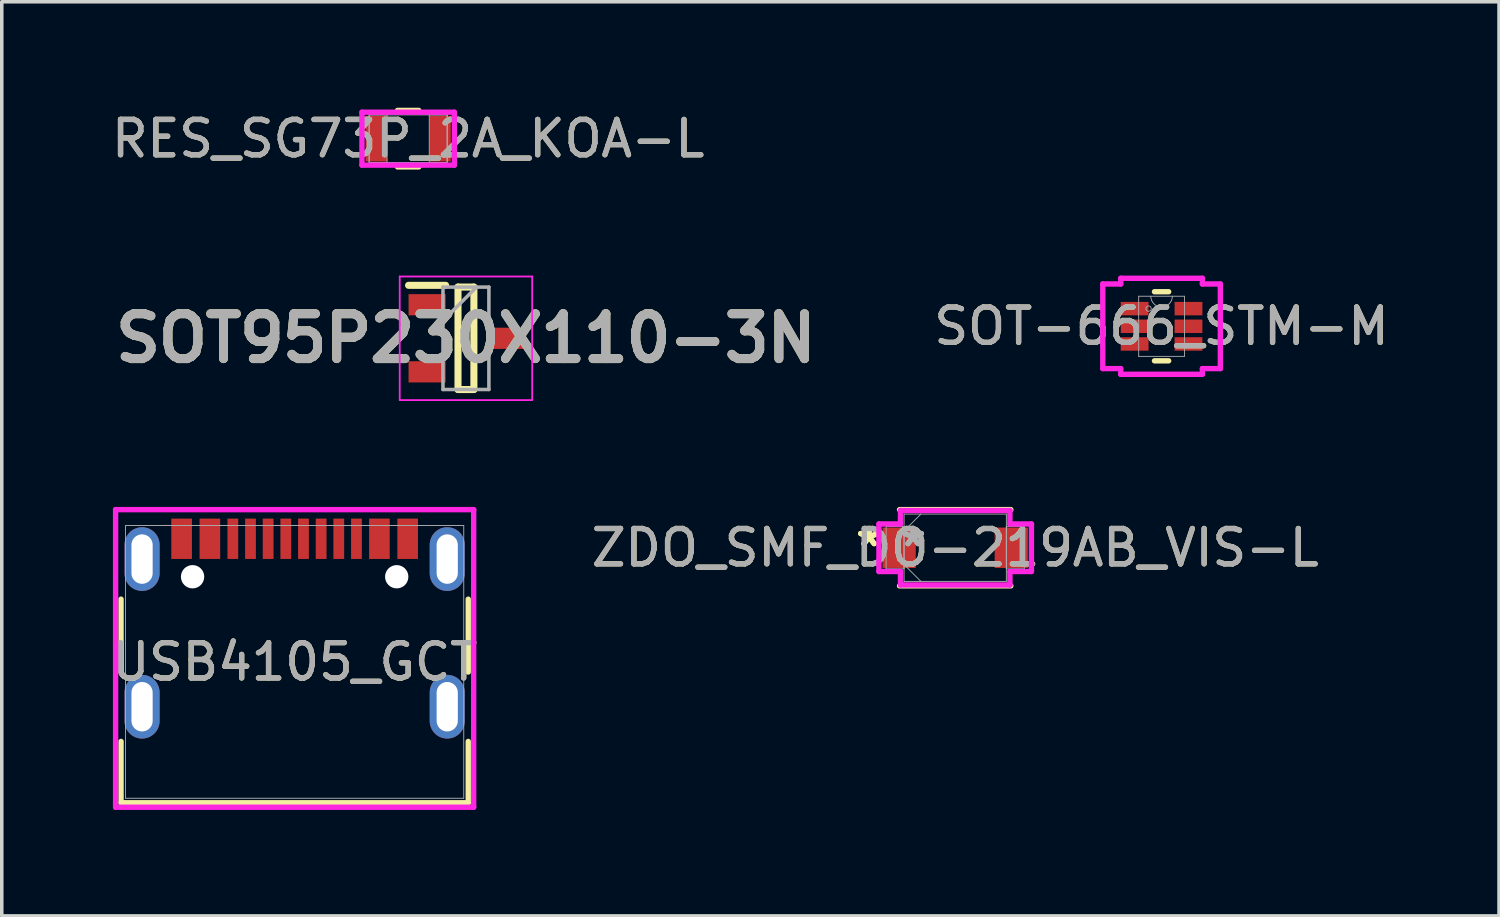
<source format=kicad_pcb>
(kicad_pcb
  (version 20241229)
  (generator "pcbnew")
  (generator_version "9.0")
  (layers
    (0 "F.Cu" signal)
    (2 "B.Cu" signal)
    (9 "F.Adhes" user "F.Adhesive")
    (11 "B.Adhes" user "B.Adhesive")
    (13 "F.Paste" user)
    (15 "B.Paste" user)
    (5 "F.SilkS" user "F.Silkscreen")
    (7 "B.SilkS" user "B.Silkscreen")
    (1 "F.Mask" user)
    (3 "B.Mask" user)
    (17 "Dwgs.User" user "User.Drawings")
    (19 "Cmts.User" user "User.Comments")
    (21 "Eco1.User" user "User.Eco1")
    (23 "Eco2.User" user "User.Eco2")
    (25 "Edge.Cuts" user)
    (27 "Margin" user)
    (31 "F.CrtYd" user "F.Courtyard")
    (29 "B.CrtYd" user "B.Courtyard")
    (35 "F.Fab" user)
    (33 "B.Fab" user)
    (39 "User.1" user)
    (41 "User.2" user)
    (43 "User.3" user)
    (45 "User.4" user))
  (footprint "SOT-666_STM-M"
    (layer "F.Cu")
    (at 29.837 6.188)
    (property "Reference" "SOT-666_STM-M" (at 0 0 0) (unlocked yes) (layer "F.SilkS") (effects (font (size 1 1) (thickness 0.15))))
    (attr smd)
    (fp_line (start -0.201 0.978) (end 0.201 0.978) (stroke (width 0.152) (type solid)) (layer "F.SilkS"))
    (fp_line (start 0.201 -0.978) (end -0.201 -0.978) (stroke (width 0.152) (type solid)) (layer "F.SilkS"))
    (fp_line (start -1.664 -1.198) (end -1.156 -1.198) (stroke (width 0.152) (type solid)) (layer "F.CrtYd"))
    (fp_line (start -1.664 1.198) (end -1.664 -1.198) (stroke (width 0.152) (type solid)) (layer "F.CrtYd"))
    (fp_line (start -1.156 -1.359) (end 1.156 -1.359) (stroke (width 0.152) (type solid)) (layer "F.CrtYd"))
    (fp_line (start -1.156 -1.198) (end -1.156 -1.359) (stroke (width 0.152) (type solid)) (layer "F.CrtYd"))
    (fp_line (start -1.156 1.198) (end -1.664 1.198) (stroke (width 0.152) (type solid)) (layer "F.CrtYd"))
    (fp_line (start -1.156 1.359) (end -1.156 1.198) (stroke (width 0.152) (type solid)) (layer "F.CrtYd"))
    (fp_line (start 1.156 -1.359) (end 1.156 -1.198) (stroke (width 0.152) (type solid)) (layer "F.CrtYd"))
    (fp_line (start 1.156 -1.198) (end 1.664 -1.198) (stroke (width 0.152) (type solid)) (layer "F.CrtYd"))
    (fp_line (start 1.156 1.198) (end 1.156 1.359) (stroke (width 0.152) (type solid)) (layer "F.CrtYd"))
    (fp_line (start 1.156 1.359) (end -1.156 1.359) (stroke (width 0.152) (type solid)) (layer "F.CrtYd"))
    (fp_line (start 1.664 -1.198) (end 1.664 1.198) (stroke (width 0.152) (type solid)) (layer "F.CrtYd"))
    (fp_line (start 1.664 1.198) (end 1.156 1.198) (stroke (width 0.152) (type solid)) (layer "F.CrtYd"))
    (fp_line (start -0.648 -0.851) (end -0.648 0.851) (stroke (width 0.025) (type solid)) (layer "F.Fab"))
    (fp_line (start -0.648 0.851) (end 0.648 0.851) (stroke (width 0.025) (type solid)) (layer "F.Fab"))
    (fp_line (start 0.648 -0.851) (end -0.648 -0.851) (stroke (width 0.025) (type solid)) (layer "F.Fab"))
    (fp_line (start 0.648 0.851) (end 0.648 -0.851) (stroke (width 0.025) (type solid)) (layer "F.Fab"))
    (fp_arc (start 0.3048 -0.8509) (mid 0 -0.5461) (end -0.3048 -0.8509) (stroke (width 0.0254) (type solid)) (layer "F.Fab"))
    (fp_circle (center -0.368 -0.5) (end -0.292 -0.5) (stroke (width 0.025) (type solid)) (fill no) (layer "F.Fab"))
    (fp_text user "${REFERENCE}" (at 0 0 0) (unlocked yes) (layer "F.Fab") (effects (font (size 1 1) (thickness 0.15))))
    (pad "1" smd rect (at -0.762 -0.5) (size 0.787 0.381) (layers "F.Cu" "F.Mask" "F.Paste"))
    (pad "2" smd rect (at -0.762 0) (size 0.787 0.381) (layers "F.Cu" "F.Mask" "F.Paste"))
    (pad "3" smd rect (at -0.762 0.5) (size 0.787 0.381) (layers "F.Cu" "F.Mask" "F.Paste"))
    (pad "4" smd rect (at 0.762 0.5) (size 0.787 0.381) (layers "F.Cu" "F.Mask" "F.Paste"))
    (pad "5" smd rect (at 0.762 0) (size 0.787 0.381) (layers "F.Cu" "F.Mask" "F.Paste"))
    (pad "6" smd rect (at 0.762 -0.5) (size 0.787 0.381) (layers "F.Cu" "F.Mask" "F.Paste")))
  (footprint "RES_SG73P_2A_KOA-L"
    (layer "F.Cu")
    (at 8.506 0.876)
    (property "Reference" "RES_SG73P_2A_KOA-L" (at 0 0 0) (unlocked yes) (layer "F.SilkS") (effects (font (size 1 1) (thickness 0.15))))
    (attr smd)
    (fp_line (start -0.301 0.8) (end 0.301 0.8) (stroke (width 0.152) (type solid)) (layer "F.SilkS"))
    (fp_line (start 0.301 -0.8) (end -0.301 -0.8) (stroke (width 0.152) (type solid)) (layer "F.SilkS"))
    (fp_line (start -1.308 -0.749) (end 1.308 -0.749) (stroke (width 0.152) (type solid)) (layer "F.CrtYd"))
    (fp_line (start -1.308 0.749) (end -1.308 -0.749) (stroke (width 0.152) (type solid)) (layer "F.CrtYd"))
    (fp_line (start 1.308 -0.749) (end 1.308 0.749) (stroke (width 0.152) (type solid)) (layer "F.CrtYd"))
    (fp_line (start 1.308 0.749) (end -1.308 0.749) (stroke (width 0.152) (type solid)) (layer "F.CrtYd"))
    (fp_line (start -1.105 -0.673) (end -1.105 0.673) (stroke (width 0.025) (type solid)) (layer "F.Fab"))
    (fp_line (start -1.105 -0.673) (end -1.105 0.673) (stroke (width 0.025) (type solid)) (layer "F.Fab"))
    (fp_line (start -1.105 0.673) (end -0.597 0.673) (stroke (width 0.025) (type solid)) (layer "F.Fab"))
    (fp_line (start -1.105 0.673) (end 1.105 0.673) (stroke (width 0.025) (type solid)) (layer "F.Fab"))
    (fp_line (start -0.597 -0.673) (end -1.105 -0.673) (stroke (width 0.025) (type solid)) (layer "F.Fab"))
    (fp_line (start -0.597 0.673) (end -0.597 -0.673) (stroke (width 0.025) (type solid)) (layer "F.Fab"))
    (fp_line (start 0.597 -0.673) (end 0.597 0.673) (stroke (width 0.025) (type solid)) (layer "F.Fab"))
    (fp_line (start 0.597 0.673) (end 1.105 0.673) (stroke (width 0.025) (type solid)) (layer "F.Fab"))
    (fp_line (start 1.105 -0.673) (end -1.105 -0.673) (stroke (width 0.025) (type solid)) (layer "F.Fab"))
    (fp_line (start 1.105 -0.673) (end 0.597 -0.673) (stroke (width 0.025) (type solid)) (layer "F.Fab"))
    (fp_line (start 1.105 0.673) (end 1.105 -0.673) (stroke (width 0.025) (type solid)) (layer "F.Fab"))
    (fp_line (start 1.105 0.673) (end 1.105 -0.673) (stroke (width 0.025) (type solid)) (layer "F.Fab"))
    (fp_text user "${REFERENCE}" (at 0 0 0) (unlocked yes) (layer "F.Fab") (effects (font (size 1 1) (thickness 0.15))))
    (pad "1" smd rect (at -0.902 0) (size 0.61 1.295) (layers "F.Cu" "F.Mask" "F.Paste"))
    (pad "2" smd rect (at 0.902 0) (size 0.61 1.295) (layers "F.Cu" "F.Mask" "F.Paste"))
    (zone (net_name "") (layer "F.Cu") (hatch full 0.508) (connect_pads) (min_thickness 0.254) (filled_areas_thickness no) (keepout (tracks not_allowed) (vias not_allowed) (pads allowed) (copperpour not_allowed) (footprints allowed)) (placement (enabled no)) (fill) (polygon (pts (xy 7.96 0.254) (xy 9.052 0.254) (xy 9.052 1.499) (xy 7.96 1.499)))))
  (footprint "USB4105_GCT"
    (layer "F.Cu")
    (at 5.292 15.69)
    (property "Reference" "USB4105_GCT" (at 0 0 0) (unlocked yes) (layer "F.SilkS") (effects (font (size 1 1) (thickness 0.15))))
    (attr smd)
    (fp_line (start -4.915 -1.776) (end -4.915 0.287) (stroke (width 0.152) (type solid)) (layer "F.SilkS"))
    (fp_line (start -4.915 2.252) (end -4.915 3.988) (stroke (width 0.152) (type solid)) (layer "F.SilkS"))
    (fp_line (start -4.915 3.988) (end 4.915 3.988) (stroke (width 0.152) (type solid)) (layer "F.SilkS"))
    (fp_line (start 4.915 0.287) (end 4.915 -1.776) (stroke (width 0.152) (type solid)) (layer "F.SilkS"))
    (fp_line (start 4.915 3.988) (end 4.915 2.252) (stroke (width 0.152) (type solid)) (layer "F.SilkS"))
    (fp_line (start -5.069 -4.311) (end -5.069 4.115) (stroke (width 0.152) (type solid)) (layer "F.CrtYd"))
    (fp_line (start -5.069 4.115) (end 5.069 4.115) (stroke (width 0.152) (type solid)) (layer "F.CrtYd"))
    (fp_line (start 5.069 -4.311) (end -5.069 -4.311) (stroke (width 0.152) (type solid)) (layer "F.CrtYd"))
    (fp_line (start 5.069 4.115) (end 5.069 -4.311) (stroke (width 0.152) (type solid)) (layer "F.CrtYd"))
    (fp_line (start -4.788 -3.861) (end -4.788 3.861) (stroke (width 0.025) (type solid)) (layer "F.Fab"))
    (fp_line (start -4.788 3.861) (end 4.788 3.861) (stroke (width 0.025) (type solid)) (layer "F.Fab"))
    (fp_line (start 4.788 -3.861) (end -4.788 -3.861) (stroke (width 0.025) (type solid)) (layer "F.Fab"))
    (fp_line (start 4.788 3.861) (end 4.788 -3.861) (stroke (width 0.025) (type solid)) (layer "F.Fab"))
    (fp_text user "${REFERENCE}" (at 0 0 0) (unlocked yes) (layer "F.Fab") (effects (font (size 1 1) (thickness 0.15))))
    (pad "" thru_hole oval (at -4.32 -2.911) (size 0.991 1.803) (drill oval 0.6 1.4) (layers "*.Cu" "*.Mask"))
    (pad "" thru_hole oval (at -4.32 1.269) (size 0.991 1.803) (drill oval 0.6 1.4) (layers "*.Cu" "*.Mask"))
    (pad "" np_thru_hole circle (at -2.89 -2.411) (size 0.66 0.66) (drill 0.66) (layers "*.Cu" "*.Mask"))
    (pad "" np_thru_hole circle (at 2.89 -2.411) (size 0.66 0.66) (drill 0.66) (layers "*.Cu" "*.Mask"))
    (pad "" thru_hole oval (at 4.32 -2.911) (size 0.991 1.803) (drill oval 0.6 1.4) (layers "*.Cu" "*.Mask"))
    (pad "" thru_hole oval (at 4.32 1.269) (size 0.991 1.803) (drill oval 0.6 1.4) (layers "*.Cu" "*.Mask"))
    (pad "A1-B12" smd rect (at -3.2 -3.486) (size 0.584 1.143) (layers "F.Cu" "F.Mask" "F.Paste"))
    (pad "A4-B9" smd rect (at -2.4 -3.486) (size 0.584 1.143) (layers "F.Cu" "F.Mask" "F.Paste"))
    (pad "A5" smd rect (at -1.25 -3.486) (size 0.305 1.143) (layers "F.Cu" "F.Mask" "F.Paste"))
    (pad "A6" smd rect (at -0.25 -3.486) (size 0.305 1.143) (layers "F.Cu" "F.Mask" "F.Paste"))
    (pad "A7" smd rect (at 0.25 -3.486) (size 0.305 1.143) (layers "F.Cu" "F.Mask" "F.Paste"))
    (pad "A8" smd rect (at 1.25 -3.486) (size 0.305 1.143) (layers "F.Cu" "F.Mask" "F.Paste"))
    (pad "B1-A12" smd rect (at 3.2 -3.486) (size 0.584 1.143) (layers "F.Cu" "F.Mask" "F.Paste"))
    (pad "B4-A9" smd rect (at 2.4 -3.486) (size 0.584 1.143) (layers "F.Cu" "F.Mask" "F.Paste"))
    (pad "B5" smd rect (at 1.75 -3.486) (size 0.305 1.143) (layers "F.Cu" "F.Mask" "F.Paste"))
    (pad "B6" smd rect (at 0.75 -3.486) (size 0.305 1.143) (layers "F.Cu" "F.Mask" "F.Paste"))
    (pad "B7" smd rect (at -0.75 -3.486) (size 0.305 1.143) (layers "F.Cu" "F.Mask" "F.Paste"))
    (pad "B8" smd rect (at -1.75 -3.486) (size 0.305 1.143) (layers "F.Cu" "F.Mask" "F.Paste")))
  (footprint "SOT95P230X110-3N"
    (layer "F.Cu")
    (at 10.142 6.528)
    (property "Reference" "SOT95P230X110-3N" (at 0 0 0) (layer "F.SilkS") (effects (font (size 1.27 1.27) (thickness 0.254))))
    (attr smd)
    (fp_line (start -1.625 -1.5) (end -0.575 -1.5) (stroke (width 0.2) (type solid)) (layer "F.SilkS"))
    (fp_line (start -0.225 -1.45) (end 0.225 -1.45) (stroke (width 0.2) (type solid)) (layer "F.SilkS"))
    (fp_line (start -0.225 1.45) (end -0.225 -1.45) (stroke (width 0.2) (type solid)) (layer "F.SilkS"))
    (fp_line (start 0.225 -1.45) (end 0.225 1.45) (stroke (width 0.2) (type solid)) (layer "F.SilkS"))
    (fp_line (start 0.225 1.45) (end -0.225 1.45) (stroke (width 0.2) (type solid)) (layer "F.SilkS"))
    (fp_line (start -1.875 -1.75) (end 1.875 -1.75) (stroke (width 0.05) (type solid)) (layer "F.CrtYd"))
    (fp_line (start -1.875 1.75) (end -1.875 -1.75) (stroke (width 0.05) (type solid)) (layer "F.CrtYd"))
    (fp_line (start 1.875 -1.75) (end 1.875 1.75) (stroke (width 0.05) (type solid)) (layer "F.CrtYd"))
    (fp_line (start 1.875 1.75) (end -1.875 1.75) (stroke (width 0.05) (type solid)) (layer "F.CrtYd"))
    (fp_line (start -0.65 -1.45) (end 0.65 -1.45) (stroke (width 0.1) (type solid)) (layer "F.Fab"))
    (fp_line (start -0.65 -0.5) (end 0.3 -1.45) (stroke (width 0.1) (type solid)) (layer "F.Fab"))
    (fp_line (start -0.65 1.45) (end -0.65 -1.45) (stroke (width 0.1) (type solid)) (layer "F.Fab"))
    (fp_line (start 0.65 -1.45) (end 0.65 1.45) (stroke (width 0.1) (type solid)) (layer "F.Fab"))
    (fp_line (start 0.65 1.45) (end -0.65 1.45) (stroke (width 0.1) (type solid)) (layer "F.Fab"))
    (fp_text user "${REFERENCE}" (at 0 0 0) (layer "F.Fab") (effects (font (size 1.27 1.27) (thickness 0.254))))
    (pad "1" smd rect (at -1.1 -0.95 90) (size 0.6 1.05) (layers "F.Cu" "F.Mask" "F.Paste"))
    (pad "2" smd rect (at -1.1 0.95 90) (size 0.6 1.05) (layers "F.Cu" "F.Mask" "F.Paste"))
    (pad "3" smd rect (at 1.1 0 90) (size 0.6 1.05) (layers "F.Cu" "F.Mask" "F.Paste")))
  (footprint "ZDO_SMF_DO-219AB_VIS-L"
    (layer "F.Cu")
    (at 23.994 12.458)
    (property "Reference" "ZDO_SMF_DO-219AB_VIS-L" (at 0 0 0) (unlocked yes) (layer "F.SilkS") (effects (font (size 1 1) (thickness 0.15))))
    (attr smd)
    (fp_line (start -1.575 1.079) (end 1.575 1.079) (stroke (width 0.152) (type solid)) (layer "F.SilkS"))
    (fp_line (start 1.575 -1.079) (end -1.575 -1.079) (stroke (width 0.152) (type solid)) (layer "F.SilkS"))
    (fp_line (start -2.159 -0.673) (end -1.549 -0.673) (stroke (width 0.152) (type solid)) (layer "F.CrtYd"))
    (fp_line (start -2.159 0.673) (end -2.159 -0.673) (stroke (width 0.152) (type solid)) (layer "F.CrtYd"))
    (fp_line (start -1.549 -1.054) (end 1.549 -1.054) (stroke (width 0.152) (type solid)) (layer "F.CrtYd"))
    (fp_line (start -1.549 -0.673) (end -1.549 -1.054) (stroke (width 0.152) (type solid)) (layer "F.CrtYd"))
    (fp_line (start -1.549 0.673) (end -2.159 0.673) (stroke (width 0.152) (type solid)) (layer "F.CrtYd"))
    (fp_line (start -1.549 1.054) (end -1.549 0.673) (stroke (width 0.152) (type solid)) (layer "F.CrtYd"))
    (fp_line (start 1.549 -1.054) (end 1.549 -0.673) (stroke (width 0.152) (type solid)) (layer "F.CrtYd"))
    (fp_line (start 1.549 -0.673) (end 2.159 -0.673) (stroke (width 0.152) (type solid)) (layer "F.CrtYd"))
    (fp_line (start 1.549 0.673) (end 1.549 1.054) (stroke (width 0.152) (type solid)) (layer "F.CrtYd"))
    (fp_line (start 1.549 1.054) (end -1.549 1.054) (stroke (width 0.152) (type solid)) (layer "F.CrtYd"))
    (fp_line (start 2.159 -0.673) (end 2.159 0.673) (stroke (width 0.152) (type solid)) (layer "F.CrtYd"))
    (fp_line (start 2.159 0.673) (end 1.549 0.673) (stroke (width 0.152) (type solid)) (layer "F.CrtYd"))
    (fp_line (start -1.956 -0.597) (end -1.956 0.597) (stroke (width 0.025) (type solid)) (layer "F.Fab"))
    (fp_line (start -1.956 0.597) (end -1.448 0.597) (stroke (width 0.025) (type solid)) (layer "F.Fab"))
    (fp_line (start -1.448 -0.953) (end -1.448 0.953) (stroke (width 0.025) (type solid)) (layer "F.Fab"))
    (fp_line (start -1.448 -0.597) (end -1.956 -0.597) (stroke (width 0.025) (type solid)) (layer "F.Fab"))
    (fp_line (start -1.448 -0.476) (end -0.972 -0.953) (stroke (width 0.025) (type solid)) (layer "F.Fab"))
    (fp_line (start -1.448 0.476) (end -0.972 0.953) (stroke (width 0.025) (type solid)) (layer "F.Fab"))
    (fp_line (start -1.448 0.597) (end -1.448 -0.597) (stroke (width 0.025) (type solid)) (layer "F.Fab"))
    (fp_line (start -1.448 0.953) (end 1.448 0.953) (stroke (width 0.025) (type solid)) (layer "F.Fab"))
    (fp_line (start 1.448 -0.953) (end -1.448 -0.953) (stroke (width 0.025) (type solid)) (layer "F.Fab"))
    (fp_line (start 1.448 -0.597) (end 1.448 0.597) (stroke (width 0.025) (type solid)) (layer "F.Fab"))
    (fp_line (start 1.448 0.597) (end 1.956 0.597) (stroke (width 0.025) (type solid)) (layer "F.Fab"))
    (fp_line (start 1.448 0.953) (end 1.448 -0.953) (stroke (width 0.025) (type solid)) (layer "F.Fab"))
    (fp_line (start 1.956 -0.597) (end 1.448 -0.597) (stroke (width 0.025) (type solid)) (layer "F.Fab"))
    (fp_line (start 1.956 0.597) (end 1.956 -0.597) (stroke (width 0.025) (type solid)) (layer "F.Fab"))
    (fp_text user "*" (at -2.438 0 0) (unlocked yes) (layer "F.SilkS") (effects (font (size 1 1) (thickness 0.15))))
    (fp_text user "*" (at -2.438 0 0) (layer "F.SilkS") (effects (font (size 1 1) (thickness 0.15))))
    (fp_text user "*" (at -1.194 0 0) (layer "F.Fab") (effects (font (size 1 1) (thickness 0.15))))
    (fp_text user "*" (at -1.194 0 0) (unlocked yes) (layer "F.Fab") (effects (font (size 1 1) (thickness 0.15))))
    (fp_text user "${REFERENCE}" (at 0 0 0) (unlocked yes) (layer "F.Fab") (effects (font (size 1 1) (thickness 0.15))))
    (pad "1" smd rect (at -1.587 0) (size 0.94 1.143) (layers "F.Cu" "F.Mask" "F.Paste"))
    (pad "2" smd rect (at 1.587 0) (size 0.94 1.143) (layers "F.Cu" "F.Mask" "F.Paste"))
    (zone (net_name "") (layer "F.Cu") (hatch full 0.508) (connect_pads) (min_thickness 0.254) (filled_areas_thickness no) (keepout (tracks not_allowed) (vias not_allowed) (pads allowed) (copperpour not_allowed) (footprints allowed)) (placement (enabled no)) (fill) (polygon (pts (xy 22.927 11.557) (xy 25.061 11.557) (xy 25.061 13.36) (xy 22.927 13.36)))))
  (gr_rect
    (start -3 -3)
    (end 39.391 22.881)
    (stroke (width 0.1) (type default))
    (fill no)
    (layer "Edge.Cuts")))
</source>
